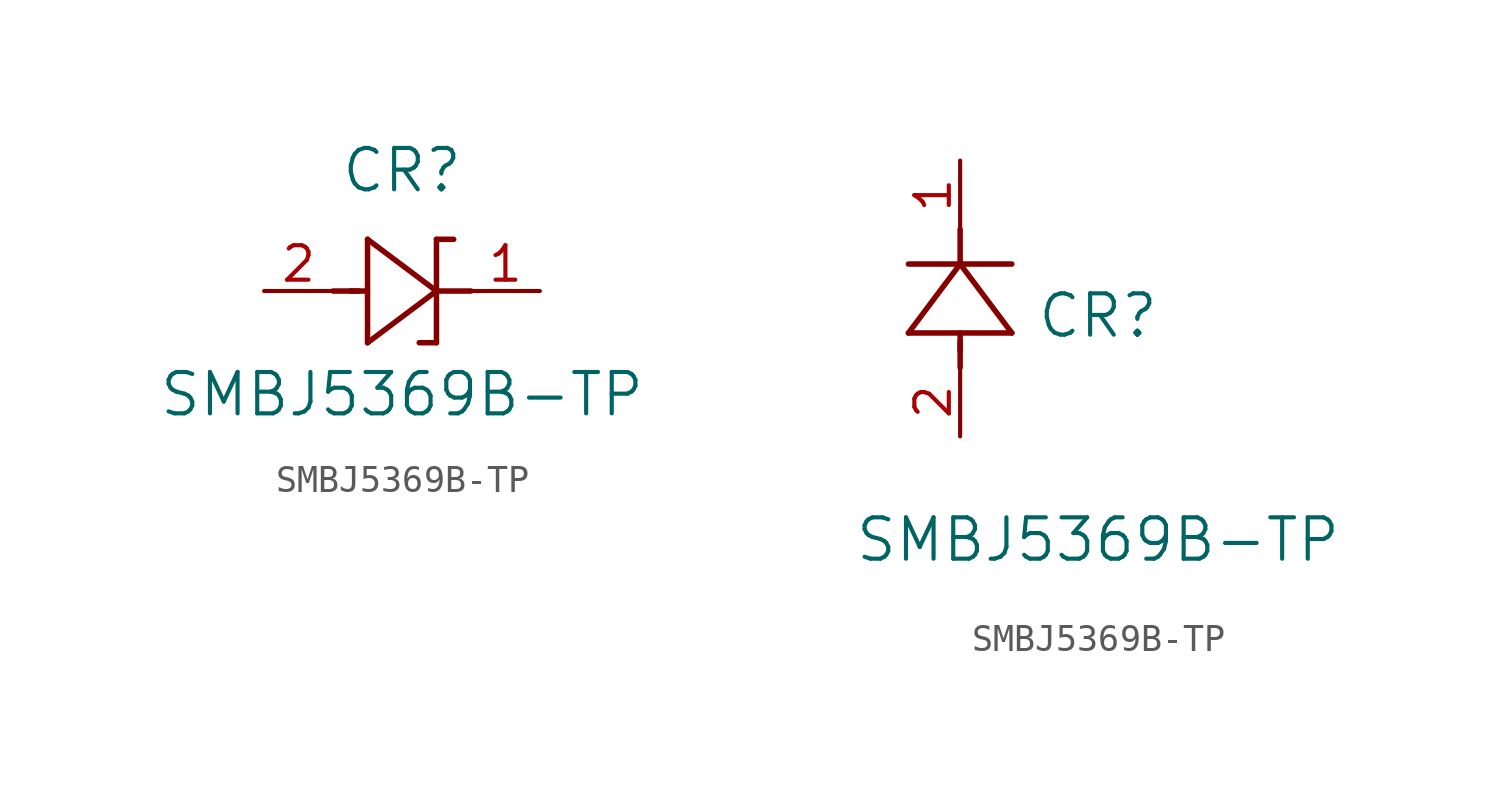
<source format=kicad_sym>
(kicad_symbol_lib
  (version 20241209)
  (generator "kicad_symbol_editor")
  (generator_version "9.0")
  (symbol "SMBJ5369B-TP"
    (pin_names
      (offset 0.254))
    (property "Reference" "CR"
      (at 5.08 4.445 0)
      (effects (font (size 1.524 1.524))))
    (property "Value" "SMBJ5369B-TP"
      (at 5.08 -3.81 0)
      (effects (font (size 1.524 1.524))))
    (symbol "SMBJ5369B-TP_1_1"
      (polyline (pts (xy 2.54 0) (xy 3.48 0)) (stroke (width 0.203) (type default)) (fill (type none)))
      (polyline (pts (xy 3.175 0) (xy 3.81 0)) (stroke (width 0.203) (type default)) (fill (type none)))
      (polyline (pts (xy 3.81 1.905) (xy 3.81 -1.905)) (stroke (width 0.203) (type default)) (fill (type none)))
      (polyline (pts (xy 3.81 -1.905) (xy 6.35 0)) (stroke (width 0.203) (type default)) (fill (type none)))
      (polyline (pts (xy 6.35 1.905) (xy 6.985 1.905)) (stroke (width 0.203) (type default)) (fill (type none)))
      (polyline (pts (xy 6.35 0) (xy 3.81 1.905)) (stroke (width 0.203) (type default)) (fill (type none)))
      (polyline (pts (xy 6.35 0) (xy 7.62 0)) (stroke (width 0.203) (type default)) (fill (type none)))
      (polyline (pts (xy 6.35 -1.905) (xy 5.715 -1.905)) (stroke (width 0.203) (type default)) (fill (type none)))
      (polyline (pts (xy 6.35 -1.905) (xy 6.35 1.905)) (stroke (width 0.203) (type default)) (fill (type none)))
      (pin unspecified line (at 0 0 0) (length 2.54) (name "" (effects (font (size 1.27 1.27)))) (number "2" (effects (font (size 1.27 1.27)))))
      (pin unspecified line (at 10.16 0 180) (length 2.54) (name "" (effects (font (size 1.27 1.27)))) (number "1" (effects (font (size 1.27 1.27))))))
    (symbol "SMBJ5369B-TP_1_2"
      (polyline (pts (xy -1.905 3.81) (xy 1.905 3.81)) (stroke (width 0.203) (type default)) (fill (type none)))
      (polyline (pts (xy 0 6.35) (xy -1.905 3.81)) (stroke (width 0.203) (type default)) (fill (type none)))
      (polyline (pts (xy 0 6.35) (xy 0 7.62)) (stroke (width 0.203) (type default)) (fill (type none)))
      (polyline (pts (xy 0 3.175) (xy 0 3.81)) (stroke (width 0.203) (type default)) (fill (type none)))
      (polyline (pts (xy 0 2.54) (xy 0 3.48)) (stroke (width 0.203) (type default)) (fill (type none)))
      (polyline (pts (xy 1.905 6.35) (xy -1.905 6.35)) (stroke (width 0.203) (type default)) (fill (type none)))
      (polyline (pts (xy 1.905 3.81) (xy 0 6.35)) (stroke (width 0.203) (type default)) (fill (type none)))
      (pin unspecified line (at 0 10.16 270) (length 2.54) (name "" (effects (font (size 1.27 1.27)))) (number "1" (effects (font (size 1.27 1.27)))))
      (pin unspecified line (at 0 0 90) (length 2.54) (name "" (effects (font (size 1.27 1.27)))) (number "2" (effects (font (size 1.27 1.27))))))))
</source>
